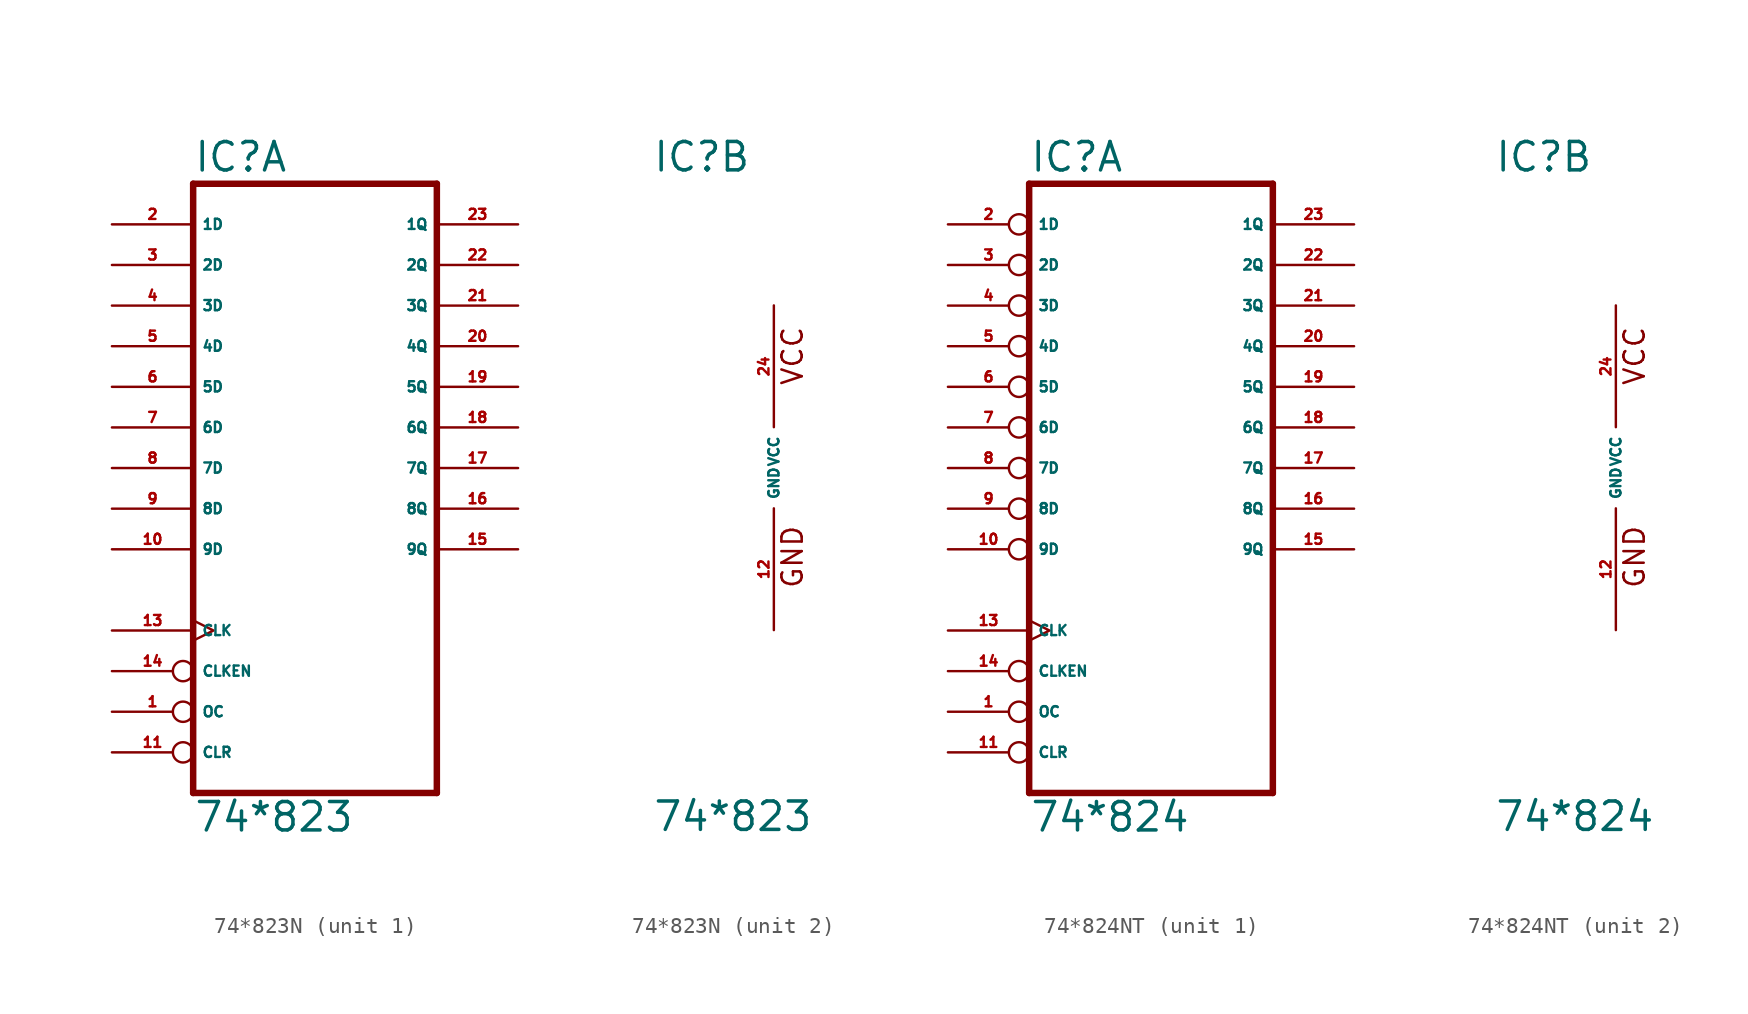
<source format=kicad_sym>
(kicad_symbol_lib
  (version 20220914)
  (generator Eagle2Kicad)
  (symbol "74*823N"
    (property "Reference" "IC"
      (at -7.62 18.415 0)
      (effects (font (size 1.778 1.778) (thickness 0.22)) (justify left bottom)))
    (property "Value" "74*823"
      (at -7.62 -22.86 0)
      (effects (font (size 1.778 1.778) (thickness 0.22)) (justify left bottom)))
    (symbol "74*823N_1_0"
      (polyline (pts (xy -7.62 -20.32) (xy 7.62 -20.32)) (stroke (width 0.406) (type default)) (fill (type none)))
      (polyline (pts (xy 7.62 -20.32) (xy 7.62 17.78)) (stroke (width 0.406) (type default)) (fill (type none)))
      (polyline (pts (xy 7.62 17.78) (xy -7.62 17.78)) (stroke (width 0.406) (type default)) (fill (type none)))
      (polyline (pts (xy -7.62 17.78) (xy -7.62 -20.32)) (stroke (width 0.406) (type default)) (fill (type none)))
      (pin input inverted (at -12.7 -15.24 0) (length 5.08) (name "OC" (effects (font (size 0.635 0.635) (thickness 0.08)) (justify left bottom))) (number "1" (effects (font (size 0.635 0.635) (thickness 0.08)) (justify left bottom))))
      (pin input line (at -12.7 15.24 0) (length 5.08) (name "1D" (effects (font (size 0.635 0.635) (thickness 0.08)) (justify left bottom))) (number "2" (effects (font (size 0.635 0.635) (thickness 0.08)) (justify left bottom))))
      (pin input line (at -12.7 12.7 0) (length 5.08) (name "2D" (effects (font (size 0.635 0.635) (thickness 0.08)) (justify left bottom))) (number "3" (effects (font (size 0.635 0.635) (thickness 0.08)) (justify left bottom))))
      (pin input line (at -12.7 10.16 0) (length 5.08) (name "3D" (effects (font (size 0.635 0.635) (thickness 0.08)) (justify left bottom))) (number "4" (effects (font (size 0.635 0.635) (thickness 0.08)) (justify left bottom))))
      (pin input line (at -12.7 7.62 0) (length 5.08) (name "4D" (effects (font (size 0.635 0.635) (thickness 0.08)) (justify left bottom))) (number "5" (effects (font (size 0.635 0.635) (thickness 0.08)) (justify left bottom))))
      (pin input line (at -12.7 5.08 0) (length 5.08) (name "5D" (effects (font (size 0.635 0.635) (thickness 0.08)) (justify left bottom))) (number "6" (effects (font (size 0.635 0.635) (thickness 0.08)) (justify left bottom))))
      (pin input line (at -12.7 2.54 0) (length 5.08) (name "6D" (effects (font (size 0.635 0.635) (thickness 0.08)) (justify left bottom))) (number "7" (effects (font (size 0.635 0.635) (thickness 0.08)) (justify left bottom))))
      (pin input line (at -12.7 0 0) (length 5.08) (name "7D" (effects (font (size 0.635 0.635) (thickness 0.08)) (justify left bottom))) (number "8" (effects (font (size 0.635 0.635) (thickness 0.08)) (justify left bottom))))
      (pin input line (at -12.7 -2.54 0) (length 5.08) (name "8D" (effects (font (size 0.635 0.635) (thickness 0.08)) (justify left bottom))) (number "9" (effects (font (size 0.635 0.635) (thickness 0.08)) (justify left bottom))))
      (pin input line (at -12.7 -5.08 0) (length 5.08) (name "9D" (effects (font (size 0.635 0.635) (thickness 0.08)) (justify left bottom))) (number "10" (effects (font (size 0.635 0.635) (thickness 0.08)) (justify left bottom))))
      (pin input inverted (at -12.7 -17.78 0) (length 5.08) (name "CLR" (effects (font (size 0.635 0.635) (thickness 0.08)) (justify left bottom))) (number "11" (effects (font (size 0.635 0.635) (thickness 0.08)) (justify left bottom))))
      (pin input clock (at -12.7 -10.16 0) (length 5.08) (name "CLK" (effects (font (size 0.635 0.635) (thickness 0.08)) (justify left bottom))) (number "13" (effects (font (size 0.635 0.635) (thickness 0.08)) (justify left bottom))))
      (pin input inverted (at -12.7 -12.7 0) (length 5.08) (name "CLKEN" (effects (font (size 0.635 0.635) (thickness 0.08)) (justify left bottom))) (number "14" (effects (font (size 0.635 0.635) (thickness 0.08)) (justify left bottom))))
      (pin tri_state line (at 12.7 -5.08 180) (length 5.08) (name "9Q" (effects (font (size 0.635 0.635) (thickness 0.08)) (justify left bottom))) (number "15" (effects (font (size 0.635 0.635) (thickness 0.08)) (justify left bottom))))
      (pin tri_state line (at 12.7 -2.54 180) (length 5.08) (name "8Q" (effects (font (size 0.635 0.635) (thickness 0.08)) (justify left bottom))) (number "16" (effects (font (size 0.635 0.635) (thickness 0.08)) (justify left bottom))))
      (pin tri_state line (at 12.7 0 180) (length 5.08) (name "7Q" (effects (font (size 0.635 0.635) (thickness 0.08)) (justify left bottom))) (number "17" (effects (font (size 0.635 0.635) (thickness 0.08)) (justify left bottom))))
      (pin tri_state line (at 12.7 2.54 180) (length 5.08) (name "6Q" (effects (font (size 0.635 0.635) (thickness 0.08)) (justify left bottom))) (number "18" (effects (font (size 0.635 0.635) (thickness 0.08)) (justify left bottom))))
      (pin tri_state line (at 12.7 5.08 180) (length 5.08) (name "5Q" (effects (font (size 0.635 0.635) (thickness 0.08)) (justify left bottom))) (number "19" (effects (font (size 0.635 0.635) (thickness 0.08)) (justify left bottom))))
      (pin tri_state line (at 12.7 7.62 180) (length 5.08) (name "4Q" (effects (font (size 0.635 0.635) (thickness 0.08)) (justify left bottom))) (number "20" (effects (font (size 0.635 0.635) (thickness 0.08)) (justify left bottom))))
      (pin tri_state line (at 12.7 10.16 180) (length 5.08) (name "3Q" (effects (font (size 0.635 0.635) (thickness 0.08)) (justify left bottom))) (number "21" (effects (font (size 0.635 0.635) (thickness 0.08)) (justify left bottom))))
      (pin tri_state line (at 12.7 12.7 180) (length 5.08) (name "2Q" (effects (font (size 0.635 0.635) (thickness 0.08)) (justify left bottom))) (number "22" (effects (font (size 0.635 0.635) (thickness 0.08)) (justify left bottom))))
      (pin tri_state line (at 12.7 15.24 180) (length 5.08) (name "1Q" (effects (font (size 0.635 0.635) (thickness 0.08)) (justify left bottom))) (number "23" (effects (font (size 0.635 0.635) (thickness 0.08)) (justify left bottom)))))
    (symbol "74*823N_2_0"
      (text "GND" (at 1.905 -7.62 900) (effects (font (size 1.27 1.27) (thickness 0.16)) (justify left bottom)))
      (text "VCC" (at 1.905 5.08 900) (effects (font (size 1.27 1.27) (thickness 0.16)) (justify left bottom)))
      (pin unspecified line (at 0 -10.16 90) (length 7.62) (name "GND" (effects (font (size 0.635 0.635) (thickness 0.08)) (justify left bottom))) (number "12" (effects (font (size 0.635 0.635) (thickness 0.08)) (justify left bottom))))
      (pin unspecified line (at 0 10.16 270) (length 7.62) (name "VCC" (effects (font (size 0.635 0.635) (thickness 0.08)) (justify left bottom))) (number "24" (effects (font (size 0.635 0.635) (thickness 0.08)) (justify left bottom))))))
  (symbol "74*824NT"
    (property "Reference" "IC"
      (at -7.62 18.415 0)
      (effects (font (size 1.778 1.778) (thickness 0.22)) (justify left bottom)))
    (property "Value" "74*824"
      (at -7.62 -22.86 0)
      (effects (font (size 1.778 1.778) (thickness 0.22)) (justify left bottom)))
    (symbol "74*824NT_1_0"
      (polyline (pts (xy -7.62 -20.32) (xy 7.62 -20.32)) (stroke (width 0.406) (type default)) (fill (type none)))
      (polyline (pts (xy 7.62 -20.32) (xy 7.62 17.78)) (stroke (width 0.406) (type default)) (fill (type none)))
      (polyline (pts (xy 7.62 17.78) (xy -7.62 17.78)) (stroke (width 0.406) (type default)) (fill (type none)))
      (polyline (pts (xy -7.62 17.78) (xy -7.62 -20.32)) (stroke (width 0.406) (type default)) (fill (type none)))
      (pin input inverted (at -12.7 -15.24 0) (length 5.08) (name "OC" (effects (font (size 0.635 0.635) (thickness 0.08)) (justify left bottom))) (number "1" (effects (font (size 0.635 0.635) (thickness 0.08)) (justify left bottom))))
      (pin input inverted (at -12.7 15.24 0) (length 5.08) (name "1D" (effects (font (size 0.635 0.635) (thickness 0.08)) (justify left bottom))) (number "2" (effects (font (size 0.635 0.635) (thickness 0.08)) (justify left bottom))))
      (pin input inverted (at -12.7 12.7 0) (length 5.08) (name "2D" (effects (font (size 0.635 0.635) (thickness 0.08)) (justify left bottom))) (number "3" (effects (font (size 0.635 0.635) (thickness 0.08)) (justify left bottom))))
      (pin input inverted (at -12.7 10.16 0) (length 5.08) (name "3D" (effects (font (size 0.635 0.635) (thickness 0.08)) (justify left bottom))) (number "4" (effects (font (size 0.635 0.635) (thickness 0.08)) (justify left bottom))))
      (pin input inverted (at -12.7 7.62 0) (length 5.08) (name "4D" (effects (font (size 0.635 0.635) (thickness 0.08)) (justify left bottom))) (number "5" (effects (font (size 0.635 0.635) (thickness 0.08)) (justify left bottom))))
      (pin input inverted (at -12.7 5.08 0) (length 5.08) (name "5D" (effects (font (size 0.635 0.635) (thickness 0.08)) (justify left bottom))) (number "6" (effects (font (size 0.635 0.635) (thickness 0.08)) (justify left bottom))))
      (pin input inverted (at -12.7 2.54 0) (length 5.08) (name "6D" (effects (font (size 0.635 0.635) (thickness 0.08)) (justify left bottom))) (number "7" (effects (font (size 0.635 0.635) (thickness 0.08)) (justify left bottom))))
      (pin input inverted (at -12.7 0 0) (length 5.08) (name "7D" (effects (font (size 0.635 0.635) (thickness 0.08)) (justify left bottom))) (number "8" (effects (font (size 0.635 0.635) (thickness 0.08)) (justify left bottom))))
      (pin input inverted (at -12.7 -2.54 0) (length 5.08) (name "8D" (effects (font (size 0.635 0.635) (thickness 0.08)) (justify left bottom))) (number "9" (effects (font (size 0.635 0.635) (thickness 0.08)) (justify left bottom))))
      (pin input inverted (at -12.7 -5.08 0) (length 5.08) (name "9D" (effects (font (size 0.635 0.635) (thickness 0.08)) (justify left bottom))) (number "10" (effects (font (size 0.635 0.635) (thickness 0.08)) (justify left bottom))))
      (pin input inverted (at -12.7 -17.78 0) (length 5.08) (name "CLR" (effects (font (size 0.635 0.635) (thickness 0.08)) (justify left bottom))) (number "11" (effects (font (size 0.635 0.635) (thickness 0.08)) (justify left bottom))))
      (pin input clock (at -12.7 -10.16 0) (length 5.08) (name "CLK" (effects (font (size 0.635 0.635) (thickness 0.08)) (justify left bottom))) (number "13" (effects (font (size 0.635 0.635) (thickness 0.08)) (justify left bottom))))
      (pin input inverted (at -12.7 -12.7 0) (length 5.08) (name "CLKEN" (effects (font (size 0.635 0.635) (thickness 0.08)) (justify left bottom))) (number "14" (effects (font (size 0.635 0.635) (thickness 0.08)) (justify left bottom))))
      (pin tri_state line (at 12.7 -5.08 180) (length 5.08) (name "9Q" (effects (font (size 0.635 0.635) (thickness 0.08)) (justify left bottom))) (number "15" (effects (font (size 0.635 0.635) (thickness 0.08)) (justify left bottom))))
      (pin tri_state line (at 12.7 -2.54 180) (length 5.08) (name "8Q" (effects (font (size 0.635 0.635) (thickness 0.08)) (justify left bottom))) (number "16" (effects (font (size 0.635 0.635) (thickness 0.08)) (justify left bottom))))
      (pin tri_state line (at 12.7 0 180) (length 5.08) (name "7Q" (effects (font (size 0.635 0.635) (thickness 0.08)) (justify left bottom))) (number "17" (effects (font (size 0.635 0.635) (thickness 0.08)) (justify left bottom))))
      (pin tri_state line (at 12.7 2.54 180) (length 5.08) (name "6Q" (effects (font (size 0.635 0.635) (thickness 0.08)) (justify left bottom))) (number "18" (effects (font (size 0.635 0.635) (thickness 0.08)) (justify left bottom))))
      (pin tri_state line (at 12.7 5.08 180) (length 5.08) (name "5Q" (effects (font (size 0.635 0.635) (thickness 0.08)) (justify left bottom))) (number "19" (effects (font (size 0.635 0.635) (thickness 0.08)) (justify left bottom))))
      (pin tri_state line (at 12.7 7.62 180) (length 5.08) (name "4Q" (effects (font (size 0.635 0.635) (thickness 0.08)) (justify left bottom))) (number "20" (effects (font (size 0.635 0.635) (thickness 0.08)) (justify left bottom))))
      (pin tri_state line (at 12.7 10.16 180) (length 5.08) (name "3Q" (effects (font (size 0.635 0.635) (thickness 0.08)) (justify left bottom))) (number "21" (effects (font (size 0.635 0.635) (thickness 0.08)) (justify left bottom))))
      (pin tri_state line (at 12.7 12.7 180) (length 5.08) (name "2Q" (effects (font (size 0.635 0.635) (thickness 0.08)) (justify left bottom))) (number "22" (effects (font (size 0.635 0.635) (thickness 0.08)) (justify left bottom))))
      (pin tri_state line (at 12.7 15.24 180) (length 5.08) (name "1Q" (effects (font (size 0.635 0.635) (thickness 0.08)) (justify left bottom))) (number "23" (effects (font (size 0.635 0.635) (thickness 0.08)) (justify left bottom)))))
    (symbol "74*824NT_2_0"
      (text "GND" (at 1.905 -7.62 900) (effects (font (size 1.27 1.27) (thickness 0.16)) (justify left bottom)))
      (text "VCC" (at 1.905 5.08 900) (effects (font (size 1.27 1.27) (thickness 0.16)) (justify left bottom)))
      (pin unspecified line (at 0 -10.16 90) (length 7.62) (name "GND" (effects (font (size 0.635 0.635) (thickness 0.08)) (justify left bottom))) (number "12" (effects (font (size 0.635 0.635) (thickness 0.08)) (justify left bottom))))
      (pin unspecified line (at 0 10.16 270) (length 7.62) (name "VCC" (effects (font (size 0.635 0.635) (thickness 0.08)) (justify left bottom))) (number "24" (effects (font (size 0.635 0.635) (thickness 0.08)) (justify left bottom)))))))
</source>
